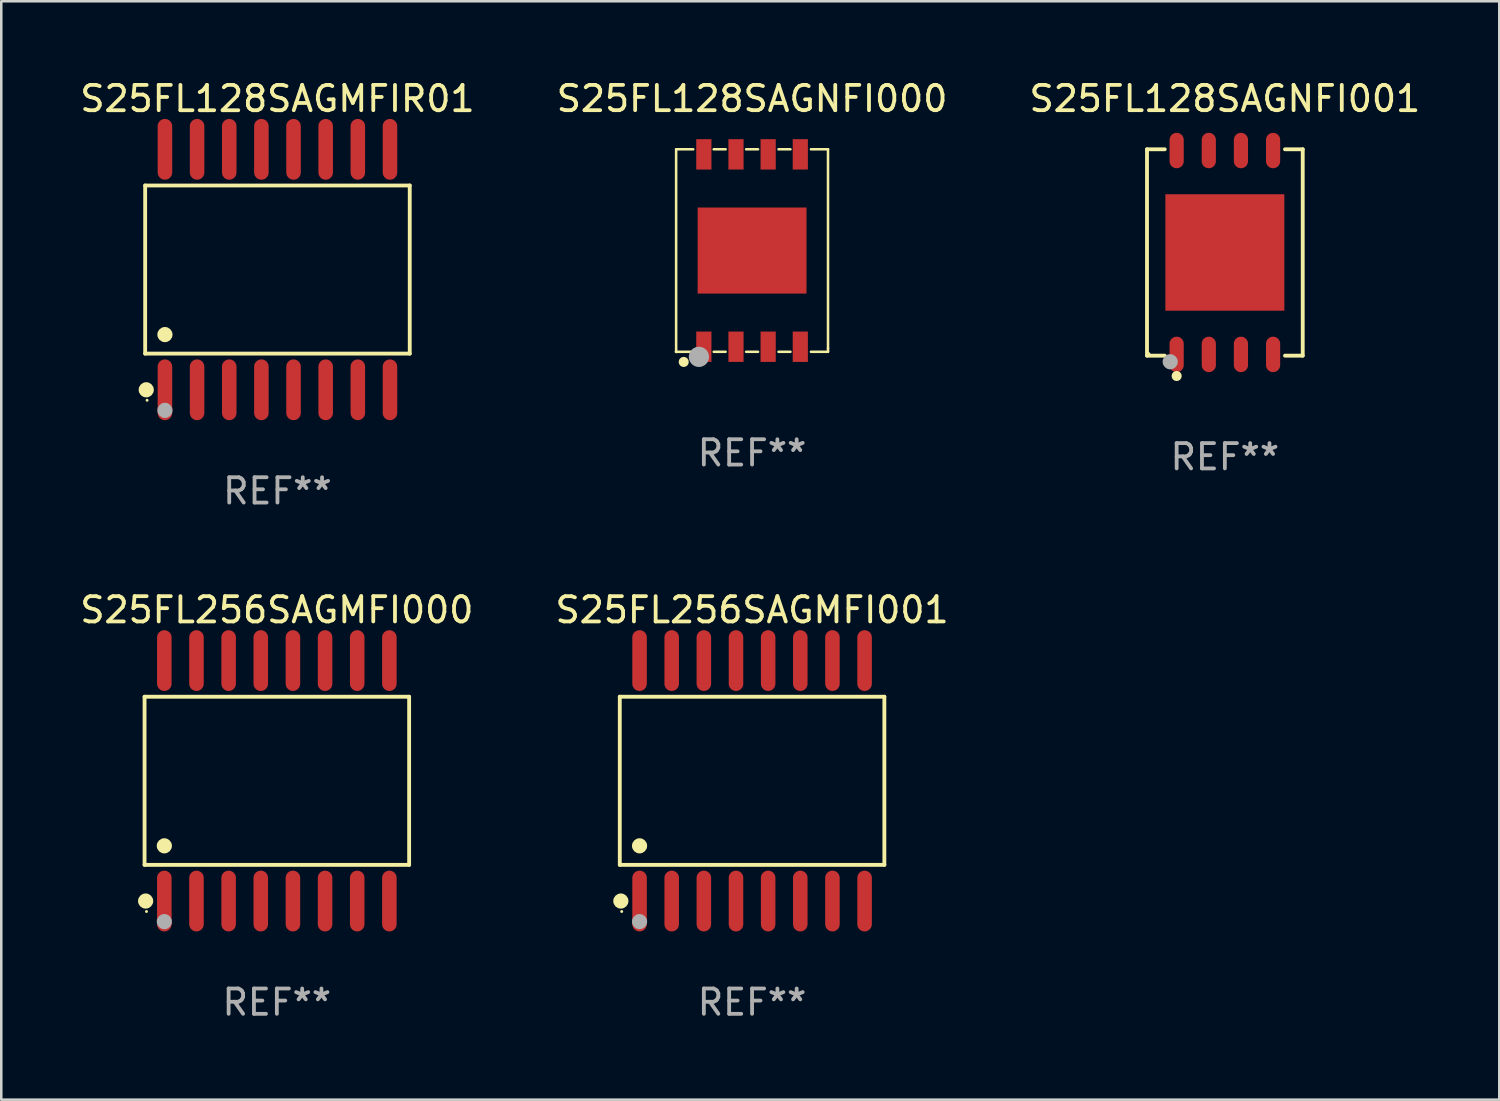
<source format=kicad_pcb>
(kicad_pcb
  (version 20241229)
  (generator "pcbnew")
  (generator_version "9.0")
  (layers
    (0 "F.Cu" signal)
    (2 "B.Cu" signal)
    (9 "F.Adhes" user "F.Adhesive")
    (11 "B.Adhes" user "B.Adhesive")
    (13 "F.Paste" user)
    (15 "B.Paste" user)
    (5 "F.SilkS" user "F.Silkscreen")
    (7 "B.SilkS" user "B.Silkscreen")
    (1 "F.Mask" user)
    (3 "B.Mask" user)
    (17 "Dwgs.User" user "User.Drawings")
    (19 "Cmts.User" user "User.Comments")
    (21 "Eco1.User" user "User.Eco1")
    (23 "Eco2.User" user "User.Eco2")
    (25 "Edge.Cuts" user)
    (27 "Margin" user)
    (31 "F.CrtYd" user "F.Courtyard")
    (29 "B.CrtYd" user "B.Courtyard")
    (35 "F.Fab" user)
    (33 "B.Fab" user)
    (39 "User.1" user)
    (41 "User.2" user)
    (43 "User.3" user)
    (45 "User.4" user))
  (footprint "S25FL256SAGMFI001"
    (layer "F.Cu")
    (at 26.661 27.796)
    (property "Reference" "S25FL256SAGMFI001" (at 0 -6.75 0) (layer "F.SilkS") (effects (font (size 1 1) (thickness 0.15))))
    (attr through_hole)
    (fp_line (start -5.226 -3.321) (end 5.226 -3.321) (stroke (width 0.152) (type solid)) (layer "F.SilkS"))
    (fp_line (start -5.226 3.321) (end -5.226 -3.321) (stroke (width 0.152) (type solid)) (layer "F.SilkS"))
    (fp_line (start 5.226 -3.321) (end 5.226 3.321) (stroke (width 0.152) (type solid)) (layer "F.SilkS"))
    (fp_line (start 5.226 3.321) (end -5.226 3.321) (stroke (width 0.152) (type solid)) (layer "F.SilkS"))
    (fp_circle (center -5.184 4.75) (end -5.034 4.75) (stroke (width 0.3) (type solid)) (fill no) (layer "F.SilkS"))
    (fp_circle (center -5.15 5.163) (end -5.12 5.163) (stroke (width 0.06) (type solid)) (fill no) (layer "F.SilkS"))
    (fp_circle (center -4.445 2.569) (end -4.295 2.569) (stroke (width 0.3) (type solid)) (fill no) (layer "F.SilkS"))
    (fp_circle (center -4.445 5.563) (end -4.295 5.563) (stroke (width 0.3) (type solid)) (fill no) (layer "F.Fab"))
    (fp_text user "REF**" (at 0 8.75 0) (layer "F.Fab") (effects (font (size 1 1) (thickness 0.15))))
    (pad "1" smd oval (at -4.445 4.75) (size 0.574 2.401) (layers "F.Cu" "F.Mask" "F.Paste"))
    (pad "2" smd oval (at -3.175 4.75) (size 0.574 2.401) (layers "F.Cu" "F.Mask" "F.Paste"))
    (pad "3" smd oval (at -1.905 4.75) (size 0.574 2.401) (layers "F.Cu" "F.Mask" "F.Paste"))
    (pad "4" smd oval (at -0.635 4.75) (size 0.574 2.401) (layers "F.Cu" "F.Mask" "F.Paste"))
    (pad "5" smd oval (at 0.635 4.75) (size 0.574 2.401) (layers "F.Cu" "F.Mask" "F.Paste"))
    (pad "6" smd oval (at 1.905 4.75) (size 0.574 2.401) (layers "F.Cu" "F.Mask" "F.Paste"))
    (pad "7" smd oval (at 3.175 4.75) (size 0.574 2.401) (layers "F.Cu" "F.Mask" "F.Paste"))
    (pad "8" smd oval (at 4.445 4.75) (size 0.574 2.401) (layers "F.Cu" "F.Mask" "F.Paste"))
    (pad "9" smd oval (at 4.445 -4.75) (size 0.574 2.401) (layers "F.Cu" "F.Mask" "F.Paste"))
    (pad "10" smd oval (at 3.175 -4.75) (size 0.574 2.401) (layers "F.Cu" "F.Mask" "F.Paste"))
    (pad "11" smd oval (at 1.905 -4.75) (size 0.574 2.401) (layers "F.Cu" "F.Mask" "F.Paste"))
    (pad "12" smd oval (at 0.635 -4.75) (size 0.574 2.401) (layers "F.Cu" "F.Mask" "F.Paste"))
    (pad "13" smd oval (at -0.635 -4.75) (size 0.574 2.401) (layers "F.Cu" "F.Mask" "F.Paste"))
    (pad "14" smd oval (at -1.905 -4.75) (size 0.574 2.401) (layers "F.Cu" "F.Mask" "F.Paste"))
    (pad "15" smd oval (at -3.175 -4.75) (size 0.574 2.401) (layers "F.Cu" "F.Mask" "F.Paste"))
    (pad "16" smd oval (at -4.445 -4.75) (size 0.574 2.401) (layers "F.Cu" "F.Mask" "F.Paste")))
  (footprint "S25FL128SAGNFI000"
    (layer "F.Cu")
    (at 26.661 6.848)
    (property "Reference" "S25FL128SAGNFI000" (at 0 -6 0) (layer "F.SilkS") (effects (font (size 1 1) (thickness 0.15))))
    (attr through_hole)
    (fp_line (start -3 -4) (end -3 4) (stroke (width 0.1) (type solid)) (layer "F.SilkS"))
    (fp_line (start -3 -4) (end -2.324 -4) (stroke (width 0.1) (type solid)) (layer "F.SilkS"))
    (fp_line (start -3 4) (end -2.324 4) (stroke (width 0.1) (type solid)) (layer "F.SilkS"))
    (fp_line (start -1.516 -4) (end -1.044 -4) (stroke (width 0.1) (type solid)) (layer "F.SilkS"))
    (fp_line (start -1.516 4) (end -1.044 4) (stroke (width 0.1) (type solid)) (layer "F.SilkS"))
    (fp_line (start -0.236 -4) (end 0.236 -4) (stroke (width 0.1) (type solid)) (layer "F.SilkS"))
    (fp_line (start -0.236 4) (end 0.236 4) (stroke (width 0.1) (type solid)) (layer "F.SilkS"))
    (fp_line (start 1.044 -4) (end 1.516 -4) (stroke (width 0.1) (type solid)) (layer "F.SilkS"))
    (fp_line (start 1.044 4) (end 1.516 4) (stroke (width 0.1) (type solid)) (layer "F.SilkS"))
    (fp_line (start 2.324 -4) (end 3 -4) (stroke (width 0.1) (type solid)) (layer "F.SilkS"))
    (fp_line (start 2.324 4) (end 3 4) (stroke (width 0.1) (type solid)) (layer "F.SilkS"))
    (fp_line (start 3 -4) (end 3 3.863) (stroke (width 0.1) (type solid)) (layer "F.SilkS"))
    (fp_line (start 3 3.863) (end 3 4) (stroke (width 0.1) (type solid)) (layer "F.SilkS"))
    (fp_circle (center -3 4) (end -2.97 4) (stroke (width 0.06) (type solid)) (fill no) (layer "F.SilkS"))
    (fp_circle (center -2.7 4.4) (end -2.6 4.4) (stroke (width 0.2) (type solid)) (fill no) (layer "F.SilkS"))
    (fp_circle (center -2.1 4.2) (end -1.9 4.2) (stroke (width 0.4) (type solid)) (fill no) (layer "F.Fab"))
    (fp_text user "REF**" (at 0 8 0) (layer "F.Fab") (effects (font (size 1 1) (thickness 0.15))))
    (pad "1" smd rect (at -1.905 3.8) (size 0.6 1.2) (layers "F.Cu" "F.Mask" "F.Paste"))
    (pad "2" smd rect (at -0.635 3.8) (size 0.6 1.2) (layers "F.Cu" "F.Mask" "F.Paste"))
    (pad "3" smd rect (at 0.635 3.8) (size 0.6 1.2) (layers "F.Cu" "F.Mask" "F.Paste"))
    (pad "4" smd rect (at 1.905 3.8) (size 0.6 1.2) (layers "F.Cu" "F.Mask" "F.Paste"))
    (pad "5" smd rect (at 1.905 -3.8) (size 0.6 1.2) (layers "F.Cu" "F.Mask" "F.Paste"))
    (pad "6" smd rect (at 0.635 -3.8) (size 0.6 1.2) (layers "F.Cu" "F.Mask" "F.Paste"))
    (pad "7" smd rect (at -0.635 -3.8) (size 0.6 1.2) (layers "F.Cu" "F.Mask" "F.Paste"))
    (pad "8" smd rect (at -1.905 -3.8) (size 0.6 1.2) (layers "F.Cu" "F.Mask" "F.Paste"))
    (pad "9" smd rect (at 0.000127 0.000025 90) (size 3.4 4.3) (layers "F.Cu" "F.Mask" "F.Paste")))
  (footprint "S25FL128SAGMFIR01"
    (layer "F.Cu")
    (at 7.911 7.599)
    (property "Reference" "S25FL128SAGMFIR01" (at 0 -6.75 0) (layer "F.SilkS") (effects (font (size 1 1) (thickness 0.15))))
    (attr through_hole)
    (fp_line (start -5.226 -3.321) (end 5.226 -3.321) (stroke (width 0.152) (type solid)) (layer "F.SilkS"))
    (fp_line (start -5.226 3.321) (end -5.226 -3.321) (stroke (width 0.152) (type solid)) (layer "F.SilkS"))
    (fp_line (start 5.226 -3.321) (end 5.226 3.321) (stroke (width 0.152) (type solid)) (layer "F.SilkS"))
    (fp_line (start 5.226 3.321) (end -5.226 3.321) (stroke (width 0.152) (type solid)) (layer "F.SilkS"))
    (fp_circle (center -5.184 4.75) (end -5.034 4.75) (stroke (width 0.3) (type solid)) (fill no) (layer "F.SilkS"))
    (fp_circle (center -5.15 5.163) (end -5.12 5.163) (stroke (width 0.06) (type solid)) (fill no) (layer "F.SilkS"))
    (fp_circle (center -4.445 2.569) (end -4.295 2.569) (stroke (width 0.3) (type solid)) (fill no) (layer "F.SilkS"))
    (fp_circle (center -4.445 5.563) (end -4.295 5.563) (stroke (width 0.3) (type solid)) (fill no) (layer "F.Fab"))
    (fp_text user "REF**" (at 0 8.75 0) (layer "F.Fab") (effects (font (size 1 1) (thickness 0.15))))
    (pad "1" smd oval (at -4.445 4.75) (size 0.574 2.401) (layers "F.Cu" "F.Mask" "F.Paste"))
    (pad "2" smd oval (at -3.175 4.75) (size 0.574 2.401) (layers "F.Cu" "F.Mask" "F.Paste"))
    (pad "3" smd oval (at -1.905 4.75) (size 0.574 2.401) (layers "F.Cu" "F.Mask" "F.Paste"))
    (pad "4" smd oval (at -0.635 4.75) (size 0.574 2.401) (layers "F.Cu" "F.Mask" "F.Paste"))
    (pad "5" smd oval (at 0.635 4.75) (size 0.574 2.401) (layers "F.Cu" "F.Mask" "F.Paste"))
    (pad "6" smd oval (at 1.905 4.75) (size 0.574 2.401) (layers "F.Cu" "F.Mask" "F.Paste"))
    (pad "7" smd oval (at 3.175 4.75) (size 0.574 2.401) (layers "F.Cu" "F.Mask" "F.Paste"))
    (pad "8" smd oval (at 4.445 4.75) (size 0.574 2.401) (layers "F.Cu" "F.Mask" "F.Paste"))
    (pad "9" smd oval (at 4.445 -4.75) (size 0.574 2.401) (layers "F.Cu" "F.Mask" "F.Paste"))
    (pad "10" smd oval (at 3.175 -4.75) (size 0.574 2.401) (layers "F.Cu" "F.Mask" "F.Paste"))
    (pad "11" smd oval (at 1.905 -4.75) (size 0.574 2.401) (layers "F.Cu" "F.Mask" "F.Paste"))
    (pad "12" smd oval (at 0.635 -4.75) (size 0.574 2.401) (layers "F.Cu" "F.Mask" "F.Paste"))
    (pad "13" smd oval (at -0.635 -4.75) (size 0.574 2.401) (layers "F.Cu" "F.Mask" "F.Paste"))
    (pad "14" smd oval (at -1.905 -4.75) (size 0.574 2.401) (layers "F.Cu" "F.Mask" "F.Paste"))
    (pad "15" smd oval (at -3.175 -4.75) (size 0.574 2.401) (layers "F.Cu" "F.Mask" "F.Paste"))
    (pad "16" smd oval (at -4.445 -4.75) (size 0.574 2.401) (layers "F.Cu" "F.Mask" "F.Paste")))
  (footprint "S25FL256SAGMFI000"
    (layer "F.Cu")
    (at 7.887 27.796)
    (property "Reference" "S25FL256SAGMFI000" (at 0 -6.75 0) (layer "F.SilkS") (effects (font (size 1 1) (thickness 0.15))))
    (attr through_hole)
    (fp_line (start -5.226 -3.321) (end 5.226 -3.321) (stroke (width 0.152) (type solid)) (layer "F.SilkS"))
    (fp_line (start -5.226 3.321) (end -5.226 -3.321) (stroke (width 0.152) (type solid)) (layer "F.SilkS"))
    (fp_line (start 5.226 -3.321) (end 5.226 3.321) (stroke (width 0.152) (type solid)) (layer "F.SilkS"))
    (fp_line (start 5.226 3.321) (end -5.226 3.321) (stroke (width 0.152) (type solid)) (layer "F.SilkS"))
    (fp_circle (center -5.184 4.75) (end -5.034 4.75) (stroke (width 0.3) (type solid)) (fill no) (layer "F.SilkS"))
    (fp_circle (center -5.15 5.163) (end -5.12 5.163) (stroke (width 0.06) (type solid)) (fill no) (layer "F.SilkS"))
    (fp_circle (center -4.445 2.569) (end -4.295 2.569) (stroke (width 0.3) (type solid)) (fill no) (layer "F.SilkS"))
    (fp_circle (center -4.445 5.563) (end -4.295 5.563) (stroke (width 0.3) (type solid)) (fill no) (layer "F.Fab"))
    (fp_text user "REF**" (at 0 8.75 0) (layer "F.Fab") (effects (font (size 1 1) (thickness 0.15))))
    (pad "1" smd oval (at -4.445 4.75) (size 0.574 2.401) (layers "F.Cu" "F.Mask" "F.Paste"))
    (pad "2" smd oval (at -3.175 4.75) (size 0.574 2.401) (layers "F.Cu" "F.Mask" "F.Paste"))
    (pad "3" smd oval (at -1.905 4.75) (size 0.574 2.401) (layers "F.Cu" "F.Mask" "F.Paste"))
    (pad "4" smd oval (at -0.635 4.75) (size 0.574 2.401) (layers "F.Cu" "F.Mask" "F.Paste"))
    (pad "5" smd oval (at 0.635 4.75) (size 0.574 2.401) (layers "F.Cu" "F.Mask" "F.Paste"))
    (pad "6" smd oval (at 1.905 4.75) (size 0.574 2.401) (layers "F.Cu" "F.Mask" "F.Paste"))
    (pad "7" smd oval (at 3.175 4.75) (size 0.574 2.401) (layers "F.Cu" "F.Mask" "F.Paste"))
    (pad "8" smd oval (at 4.445 4.75) (size 0.574 2.401) (layers "F.Cu" "F.Mask" "F.Paste"))
    (pad "9" smd oval (at 4.445 -4.75) (size 0.574 2.401) (layers "F.Cu" "F.Mask" "F.Paste"))
    (pad "10" smd oval (at 3.175 -4.75) (size 0.574 2.401) (layers "F.Cu" "F.Mask" "F.Paste"))
    (pad "11" smd oval (at 1.905 -4.75) (size 0.574 2.401) (layers "F.Cu" "F.Mask" "F.Paste"))
    (pad "12" smd oval (at 0.635 -4.75) (size 0.574 2.401) (layers "F.Cu" "F.Mask" "F.Paste"))
    (pad "13" smd oval (at -0.635 -4.75) (size 0.574 2.401) (layers "F.Cu" "F.Mask" "F.Paste"))
    (pad "14" smd oval (at -1.905 -4.75) (size 0.574 2.401) (layers "F.Cu" "F.Mask" "F.Paste"))
    (pad "15" smd oval (at -3.175 -4.75) (size 0.574 2.401) (layers "F.Cu" "F.Mask" "F.Paste"))
    (pad "16" smd oval (at -4.445 -4.75) (size 0.574 2.401) (layers "F.Cu" "F.Mask" "F.Paste")))
  (footprint "S25FL128SAGNFI001"
    (layer "F.Cu")
    (at 45.339 6.924)
    (property "Reference" "S25FL128SAGNFI001" (at 0 -6.076 0) (layer "F.SilkS") (effects (font (size 1 1) (thickness 0.15))))
    (attr through_hole)
    (fp_line (start -3.076 -4.076) (end -2.375 -4.076) (stroke (width 0.152) (type solid)) (layer "F.SilkS"))
    (fp_line (start -3.076 4.076) (end -3.076 -4.076) (stroke (width 0.152) (type solid)) (layer "F.SilkS"))
    (fp_line (start -2.375 4.076) (end -3.076 4.076) (stroke (width 0.152) (type solid)) (layer "F.SilkS"))
    (fp_line (start 2.375 4.076) (end 3.076 4.076) (stroke (width 0.152) (type solid)) (layer "F.SilkS"))
    (fp_line (start 3.076 -4.076) (end 2.375 -4.076) (stroke (width 0.152) (type solid)) (layer "F.SilkS"))
    (fp_line (start 3.076 4.076) (end 3.076 -4.076) (stroke (width 0.152) (type solid)) (layer "F.SilkS"))
    (fp_circle (center -3 4) (end -2.97 4) (stroke (width 0.06) (type solid)) (fill no) (layer "F.SilkS"))
    (fp_circle (center -1.905 4.88) (end -1.805 4.88) (stroke (width 0.2) (type solid)) (fill no) (layer "F.SilkS"))
    (fp_circle (center -2.159 4.318) (end -2.009 4.318) (stroke (width 0.3) (type solid)) (fill no) (layer "F.Fab"))
    (fp_text user "REF**" (at 0 8.076 0) (layer "F.Fab") (effects (font (size 1 1) (thickness 0.15))))
    (pad "1" smd oval (at -1.905 4.027) (size 0.56 1.4) (layers "F.Cu" "F.Mask" "F.Paste"))
    (pad "2" smd oval (at -0.635 4.027) (size 0.56 1.4) (layers "F.Cu" "F.Mask" "F.Paste"))
    (pad "3" smd oval (at 0.635 4.027) (size 0.56 1.4) (layers "F.Cu" "F.Mask" "F.Paste"))
    (pad "4" smd oval (at 1.905 4.027) (size 0.56 1.4) (layers "F.Cu" "F.Mask" "F.Paste"))
    (pad "5" smd oval (at 1.905 -4.027) (size 0.56 1.4) (layers "F.Cu" "F.Mask" "F.Paste"))
    (pad "6" smd oval (at 0.635 -4.027) (size 0.56 1.4) (layers "F.Cu" "F.Mask" "F.Paste"))
    (pad "7" smd oval (at -0.635 -4.027) (size 0.56 1.4) (layers "F.Cu" "F.Mask" "F.Paste"))
    (pad "8" smd oval (at -1.905 -4.027) (size 0.56 1.4) (layers "F.Cu" "F.Mask" "F.Paste"))
    (pad "9" smd rect (at 0 0) (size 4.7 4.6) (layers "F.Cu" "F.Mask" "F.Paste")))
  (gr_rect
    (start -3 -3)
    (end 56.179 40.394)
    (stroke (width 0.1) (type default))
    (fill no)
    (layer "Edge.Cuts")))
</source>
